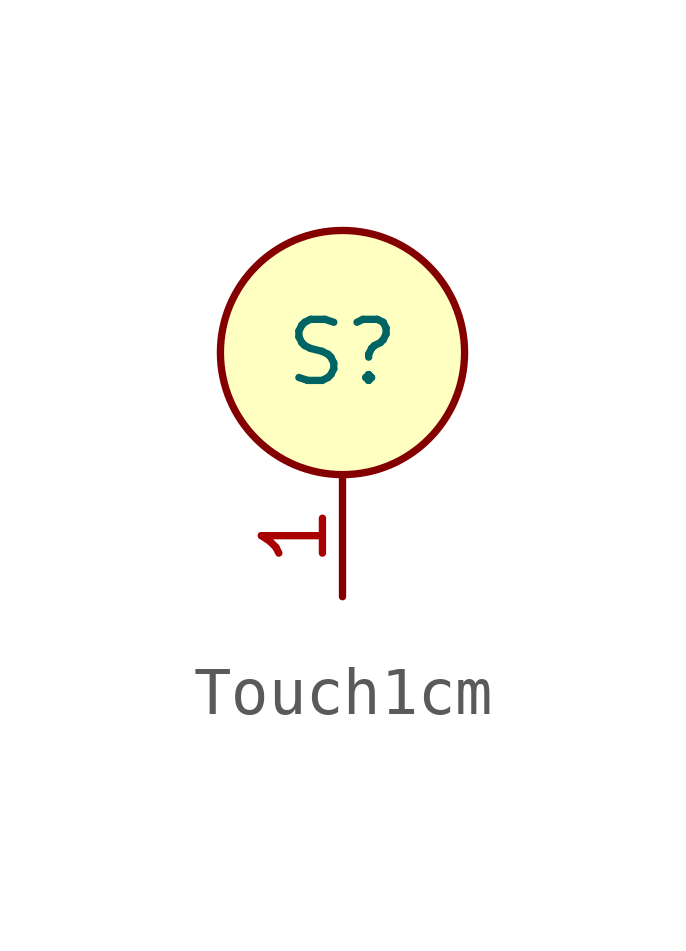
<source format=kicad_sym>
(kicad_symbol_lib
  (version 20211014)
  (generator kicad_symbol_editor)
  (symbol "Touch1cm"
    (pin_names
      (offset 1.016))
    (property "Reference" "S"
      (at 0 0 0)
      (effects (font (size 1.27 1.27))))
    (symbol "Touch1cm_0_1"
      (circle (center 0 0) (radius 2.54) (stroke (width 0) (type default) (color 0 0 0 0)) (fill (type background))))
    (symbol "Touch1cm_1_1"
      (pin passive line (at 0 -5.08 90) (length 2.54) (name "~" (effects (font (size 1.27 1.27)))) (number "1" (effects (font (size 1.27 1.27))))))))
</source>
